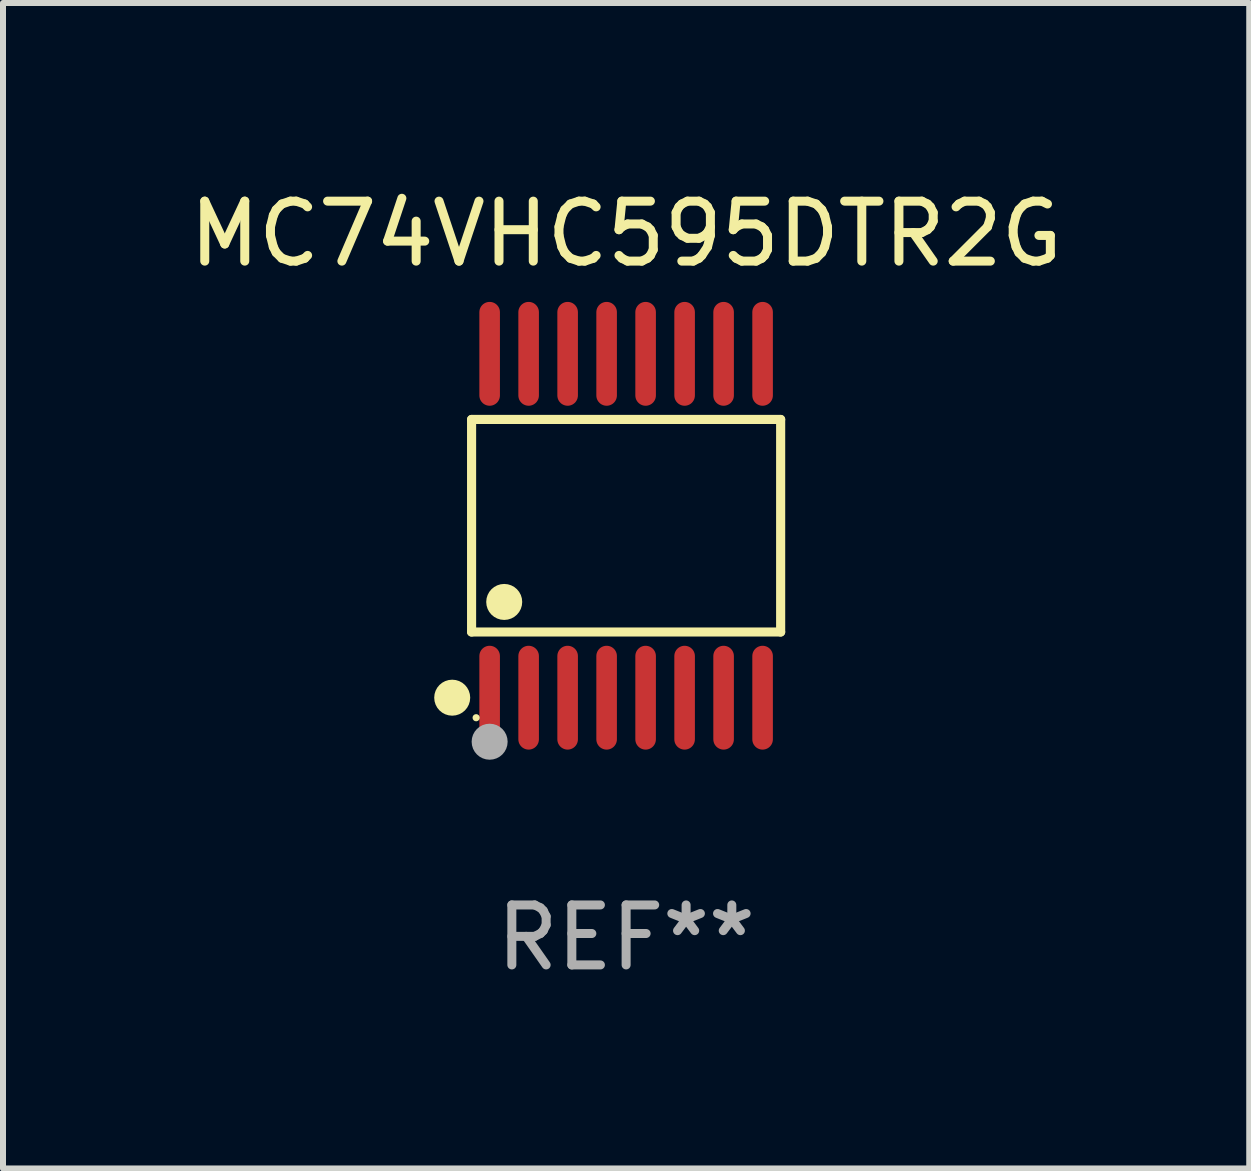
<source format=kicad_pcb>
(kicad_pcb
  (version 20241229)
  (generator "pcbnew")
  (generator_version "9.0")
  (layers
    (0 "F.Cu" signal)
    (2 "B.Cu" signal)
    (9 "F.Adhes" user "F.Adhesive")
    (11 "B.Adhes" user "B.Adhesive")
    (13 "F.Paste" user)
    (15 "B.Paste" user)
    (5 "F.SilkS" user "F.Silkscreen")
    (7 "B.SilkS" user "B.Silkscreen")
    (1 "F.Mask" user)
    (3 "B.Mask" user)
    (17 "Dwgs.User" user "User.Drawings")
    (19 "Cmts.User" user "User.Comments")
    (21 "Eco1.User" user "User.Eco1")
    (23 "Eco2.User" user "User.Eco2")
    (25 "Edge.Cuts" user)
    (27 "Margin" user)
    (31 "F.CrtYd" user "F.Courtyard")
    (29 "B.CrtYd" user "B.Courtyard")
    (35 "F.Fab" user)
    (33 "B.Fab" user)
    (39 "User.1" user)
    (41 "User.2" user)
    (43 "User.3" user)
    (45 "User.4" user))
  (footprint "MC74VHC595DTR2G"
    (layer "F.Cu")
    (at 7.387 5.714)
    (property "Reference" "MC74VHC595DTR2G" (at 0 -4.866 0) (layer "F.SilkS") (effects (font (size 1 1) (thickness 0.15))))
    (attr through_hole)
    (fp_line (start -2.576 -1.772) (end 2.576 -1.772) (stroke (width 0.152) (type solid)) (layer "F.SilkS"))
    (fp_line (start -2.576 1.771) (end -2.576 -1.772) (stroke (width 0.152) (type solid)) (layer "F.SilkS"))
    (fp_line (start 2.576 -1.772) (end 2.576 1.771) (stroke (width 0.152) (type solid)) (layer "F.SilkS"))
    (fp_line (start 2.576 1.771) (end -2.576 1.771) (stroke (width 0.152) (type solid)) (layer "F.SilkS"))
    (fp_circle (center -2.899 2.866) (end -2.749 2.866) (stroke (width 0.3) (type solid)) (fill no) (layer "F.SilkS"))
    (fp_circle (center -2.5 3.2) (end -2.47 3.2) (stroke (width 0.06) (type solid)) (fill no) (layer "F.SilkS"))
    (fp_circle (center -2.032 1.27) (end -1.882 1.27) (stroke (width 0.3) (type solid)) (fill no) (layer "F.SilkS"))
    (fp_circle (center -2.275 3.6) (end -2.125 3.6) (stroke (width 0.3) (type solid)) (fill no) (layer "F.Fab"))
    (fp_text user "REF**" (at 0 6.866 0) (layer "F.Fab") (effects (font (size 1 1) (thickness 0.15))))
    (pad "1" smd oval (at -2.275 2.866) (size 0.343 1.731) (layers "F.Cu" "F.Mask" "F.Paste"))
    (pad "2" smd oval (at -1.625 2.866) (size 0.343 1.731) (layers "F.Cu" "F.Mask" "F.Paste"))
    (pad "3" smd oval (at -0.975 2.866) (size 0.343 1.731) (layers "F.Cu" "F.Mask" "F.Paste"))
    (pad "4" smd oval (at -0.325 2.866) (size 0.343 1.731) (layers "F.Cu" "F.Mask" "F.Paste"))
    (pad "5" smd oval (at 0.325 2.866) (size 0.343 1.731) (layers "F.Cu" "F.Mask" "F.Paste"))
    (pad "6" smd oval (at 0.975 2.866) (size 0.343 1.731) (layers "F.Cu" "F.Mask" "F.Paste"))
    (pad "7" smd oval (at 1.625 2.866) (size 0.343 1.731) (layers "F.Cu" "F.Mask" "F.Paste"))
    (pad "8" smd oval (at 2.275 2.866) (size 0.343 1.731) (layers "F.Cu" "F.Mask" "F.Paste"))
    (pad "9" smd oval (at 2.275 -2.866) (size 0.343 1.731) (layers "F.Cu" "F.Mask" "F.Paste"))
    (pad "10" smd oval (at 1.625 -2.866) (size 0.343 1.731) (layers "F.Cu" "F.Mask" "F.Paste"))
    (pad "11" smd oval (at 0.975 -2.866) (size 0.343 1.731) (layers "F.Cu" "F.Mask" "F.Paste"))
    (pad "12" smd oval (at 0.325 -2.866) (size 0.343 1.731) (layers "F.Cu" "F.Mask" "F.Paste"))
    (pad "13" smd oval (at -0.325 -2.866) (size 0.343 1.731) (layers "F.Cu" "F.Mask" "F.Paste"))
    (pad "14" smd oval (at -0.975 -2.866) (size 0.343 1.731) (layers "F.Cu" "F.Mask" "F.Paste"))
    (pad "15" smd oval (at -1.625 -2.866) (size 0.343 1.731) (layers "F.Cu" "F.Mask" "F.Paste"))
    (pad "16" smd oval (at -2.275 -2.866) (size 0.343 1.731) (layers "F.Cu" "F.Mask" "F.Paste")))
  (gr_rect
    (start -3 -3)
    (end 17.774 16.428)
    (stroke (width 0.1) (type default))
    (fill no)
    (layer "Edge.Cuts")))
</source>
